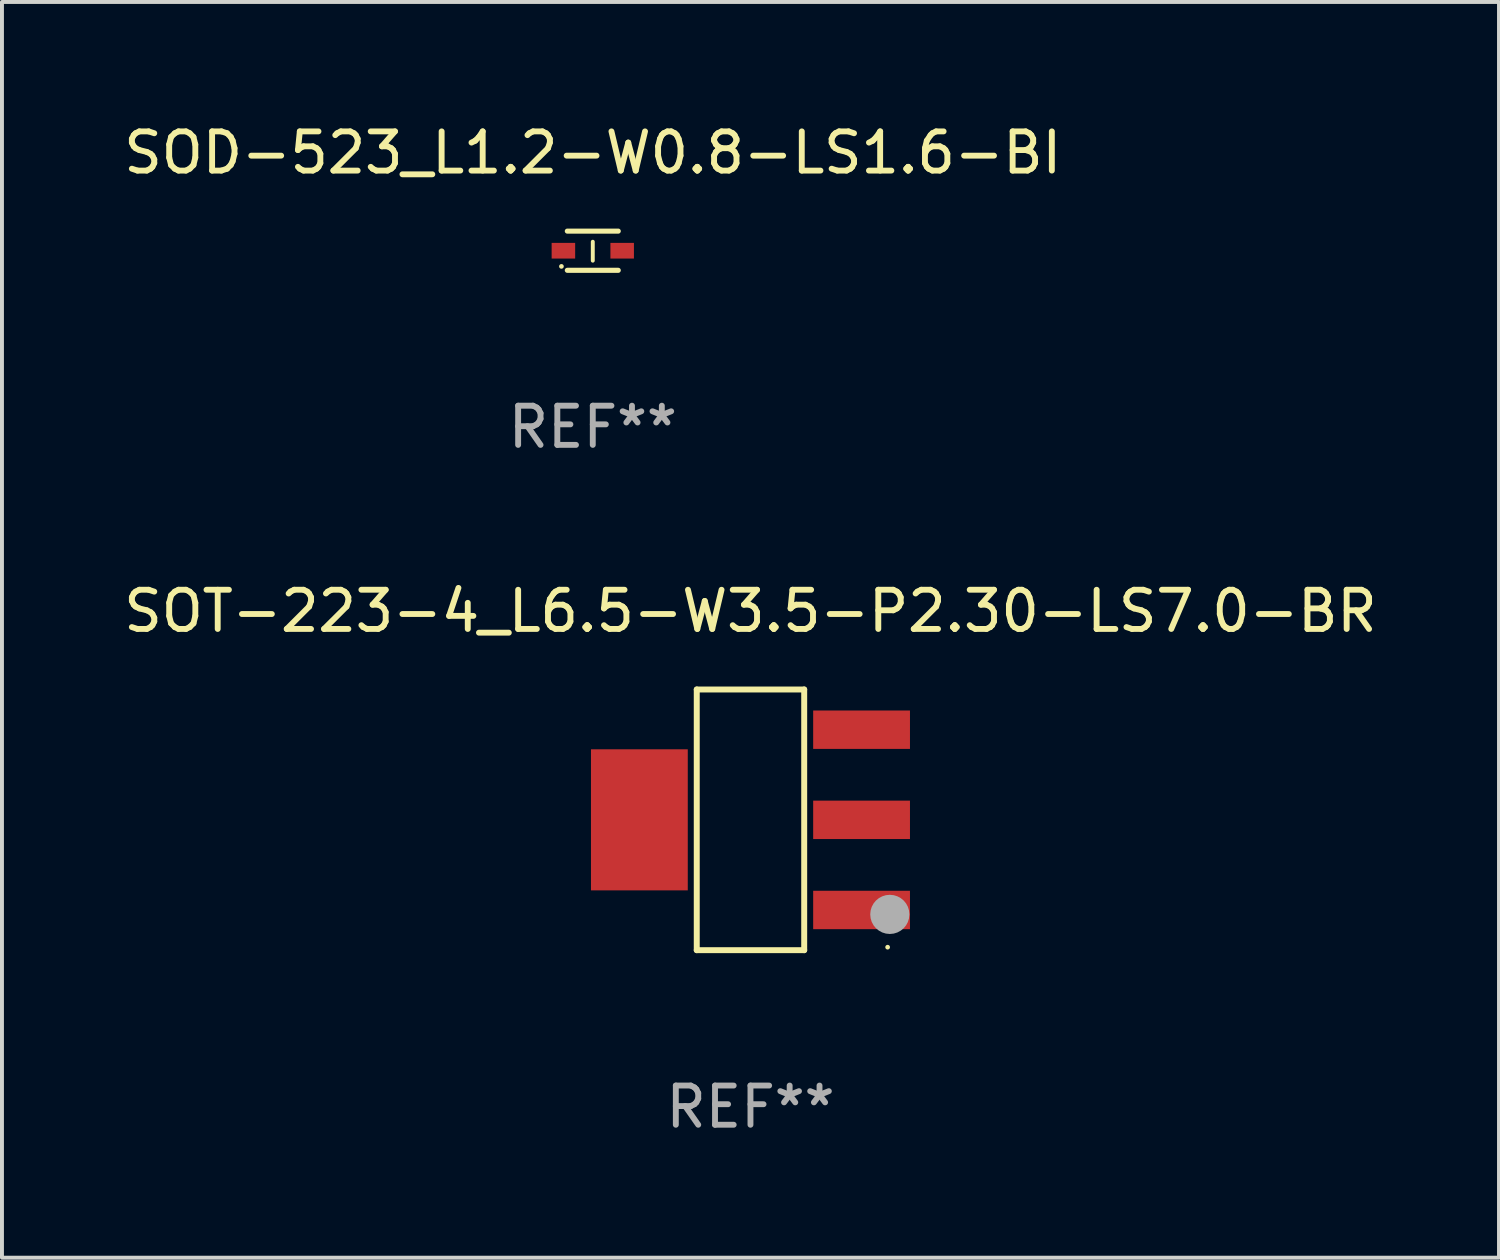
<source format=kicad_pcb>
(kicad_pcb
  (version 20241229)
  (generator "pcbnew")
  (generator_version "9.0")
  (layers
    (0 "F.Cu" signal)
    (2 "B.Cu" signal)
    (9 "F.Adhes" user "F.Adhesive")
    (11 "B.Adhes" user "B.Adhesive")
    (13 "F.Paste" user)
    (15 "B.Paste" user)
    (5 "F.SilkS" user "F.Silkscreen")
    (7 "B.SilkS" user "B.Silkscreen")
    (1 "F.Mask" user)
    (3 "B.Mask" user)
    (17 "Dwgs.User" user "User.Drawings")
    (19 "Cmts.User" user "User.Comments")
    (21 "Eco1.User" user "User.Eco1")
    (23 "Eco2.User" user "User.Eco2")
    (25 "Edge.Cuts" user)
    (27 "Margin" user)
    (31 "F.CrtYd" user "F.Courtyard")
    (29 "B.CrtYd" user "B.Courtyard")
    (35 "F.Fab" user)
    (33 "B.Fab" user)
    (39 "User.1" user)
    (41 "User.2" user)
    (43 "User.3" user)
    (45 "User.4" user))
  (footprint "SOT-223-4_L6.5-W3.5-P2.30-LS7.0-BR"
    (layer "F.Cu")
    (at 16.101 17.871)
    (property "Reference" "SOT-223-4_L6.5-W3.5-P2.30-LS7.0-BR" (at 0 -5.326 0) (layer "F.SilkS") (effects (font (size 1 1) (thickness 0.15))))
    (attr smd)
    (fp_line (start -1.371 -3.326) (end 1.371 -3.326) (stroke (width 0.152) (type solid)) (layer "F.SilkS"))
    (fp_line (start -1.371 3.326) (end -1.371 -3.326) (stroke (width 0.152) (type solid)) (layer "F.SilkS"))
    (fp_line (start 1.371 -3.326) (end 1.371 3.326) (stroke (width 0.152) (type solid)) (layer "F.SilkS"))
    (fp_line (start 1.371 3.326) (end -1.371 3.326) (stroke (width 0.152) (type solid)) (layer "F.SilkS"))
    (fp_circle (center 3.5 3.25) (end 3.53 3.25) (stroke (width 0.06) (type solid)) (fill no) (layer "F.SilkS"))
    (fp_circle (center 3.556 2.413) (end 3.806 2.413) (stroke (width 0.5) (type solid)) (fill no) (layer "F.Fab"))
    (fp_text user "REF**" (at 0 7.326 0) (layer "F.Fab") (effects (font (size 1 1) (thickness 0.15))))
    (pad "1" smd rect (at 2.835 2.3) (size 2.47 0.98) (layers "F.Cu" "F.Mask" "F.Paste"))
    (pad "2" smd rect (at 2.835 0) (size 2.47 0.98) (layers "F.Cu" "F.Mask" "F.Paste"))
    (pad "3" smd rect (at 2.835 -2.3) (size 2.47 0.98) (layers "F.Cu" "F.Mask" "F.Paste"))
    (pad "4" smd rect (at -2.835 0) (size 2.47 3.6) (layers "F.Cu" "F.Mask" "F.Paste")))
  (footprint "SOD-523_L1.2-W0.8-LS1.6-BI"
    (layer "F.Cu")
    (at 12.077 3.348)
    (property "Reference" "SOD-523_L1.2-W0.8-LS1.6-BI" (at 0 -2.5 0) (layer "F.SilkS") (effects (font (size 1 1) (thickness 0.15))))
    (attr smd)
    (fp_line (start -0.65 -0.5) (end 0.65 -0.5) (stroke (width 0.13) (type solid)) (layer "F.SilkS"))
    (fp_line (start -0.65 0.5) (end 0.65 0.5) (stroke (width 0.13) (type solid)) (layer "F.SilkS"))
    (fp_line (start 0 -0.229) (end 0 0.254) (stroke (width 0.1) (type solid)) (layer "F.SilkS"))
    (fp_circle (center -0.8 0.4) (end -0.77 0.4) (stroke (width 0.06) (type solid)) (fill no) (layer "F.SilkS"))
    (fp_text user "REF**" (at 0 4.5 0) (layer "F.Fab") (effects (font (size 1 1) (thickness 0.15))))
    (pad "1" smd rect (at -0.75 0) (size 0.6 0.4) (layers "F.Cu" "F.Mask" "F.Paste"))
    (pad "2" smd rect (at 0.75 0 180) (size 0.6 0.4) (layers "F.Cu" "F.Mask" "F.Paste")))
  (gr_rect
    (start -3 -3)
    (end 35.202 29.045)
    (stroke (width 0.1) (type default))
    (fill no)
    (layer "Edge.Cuts")))
</source>
